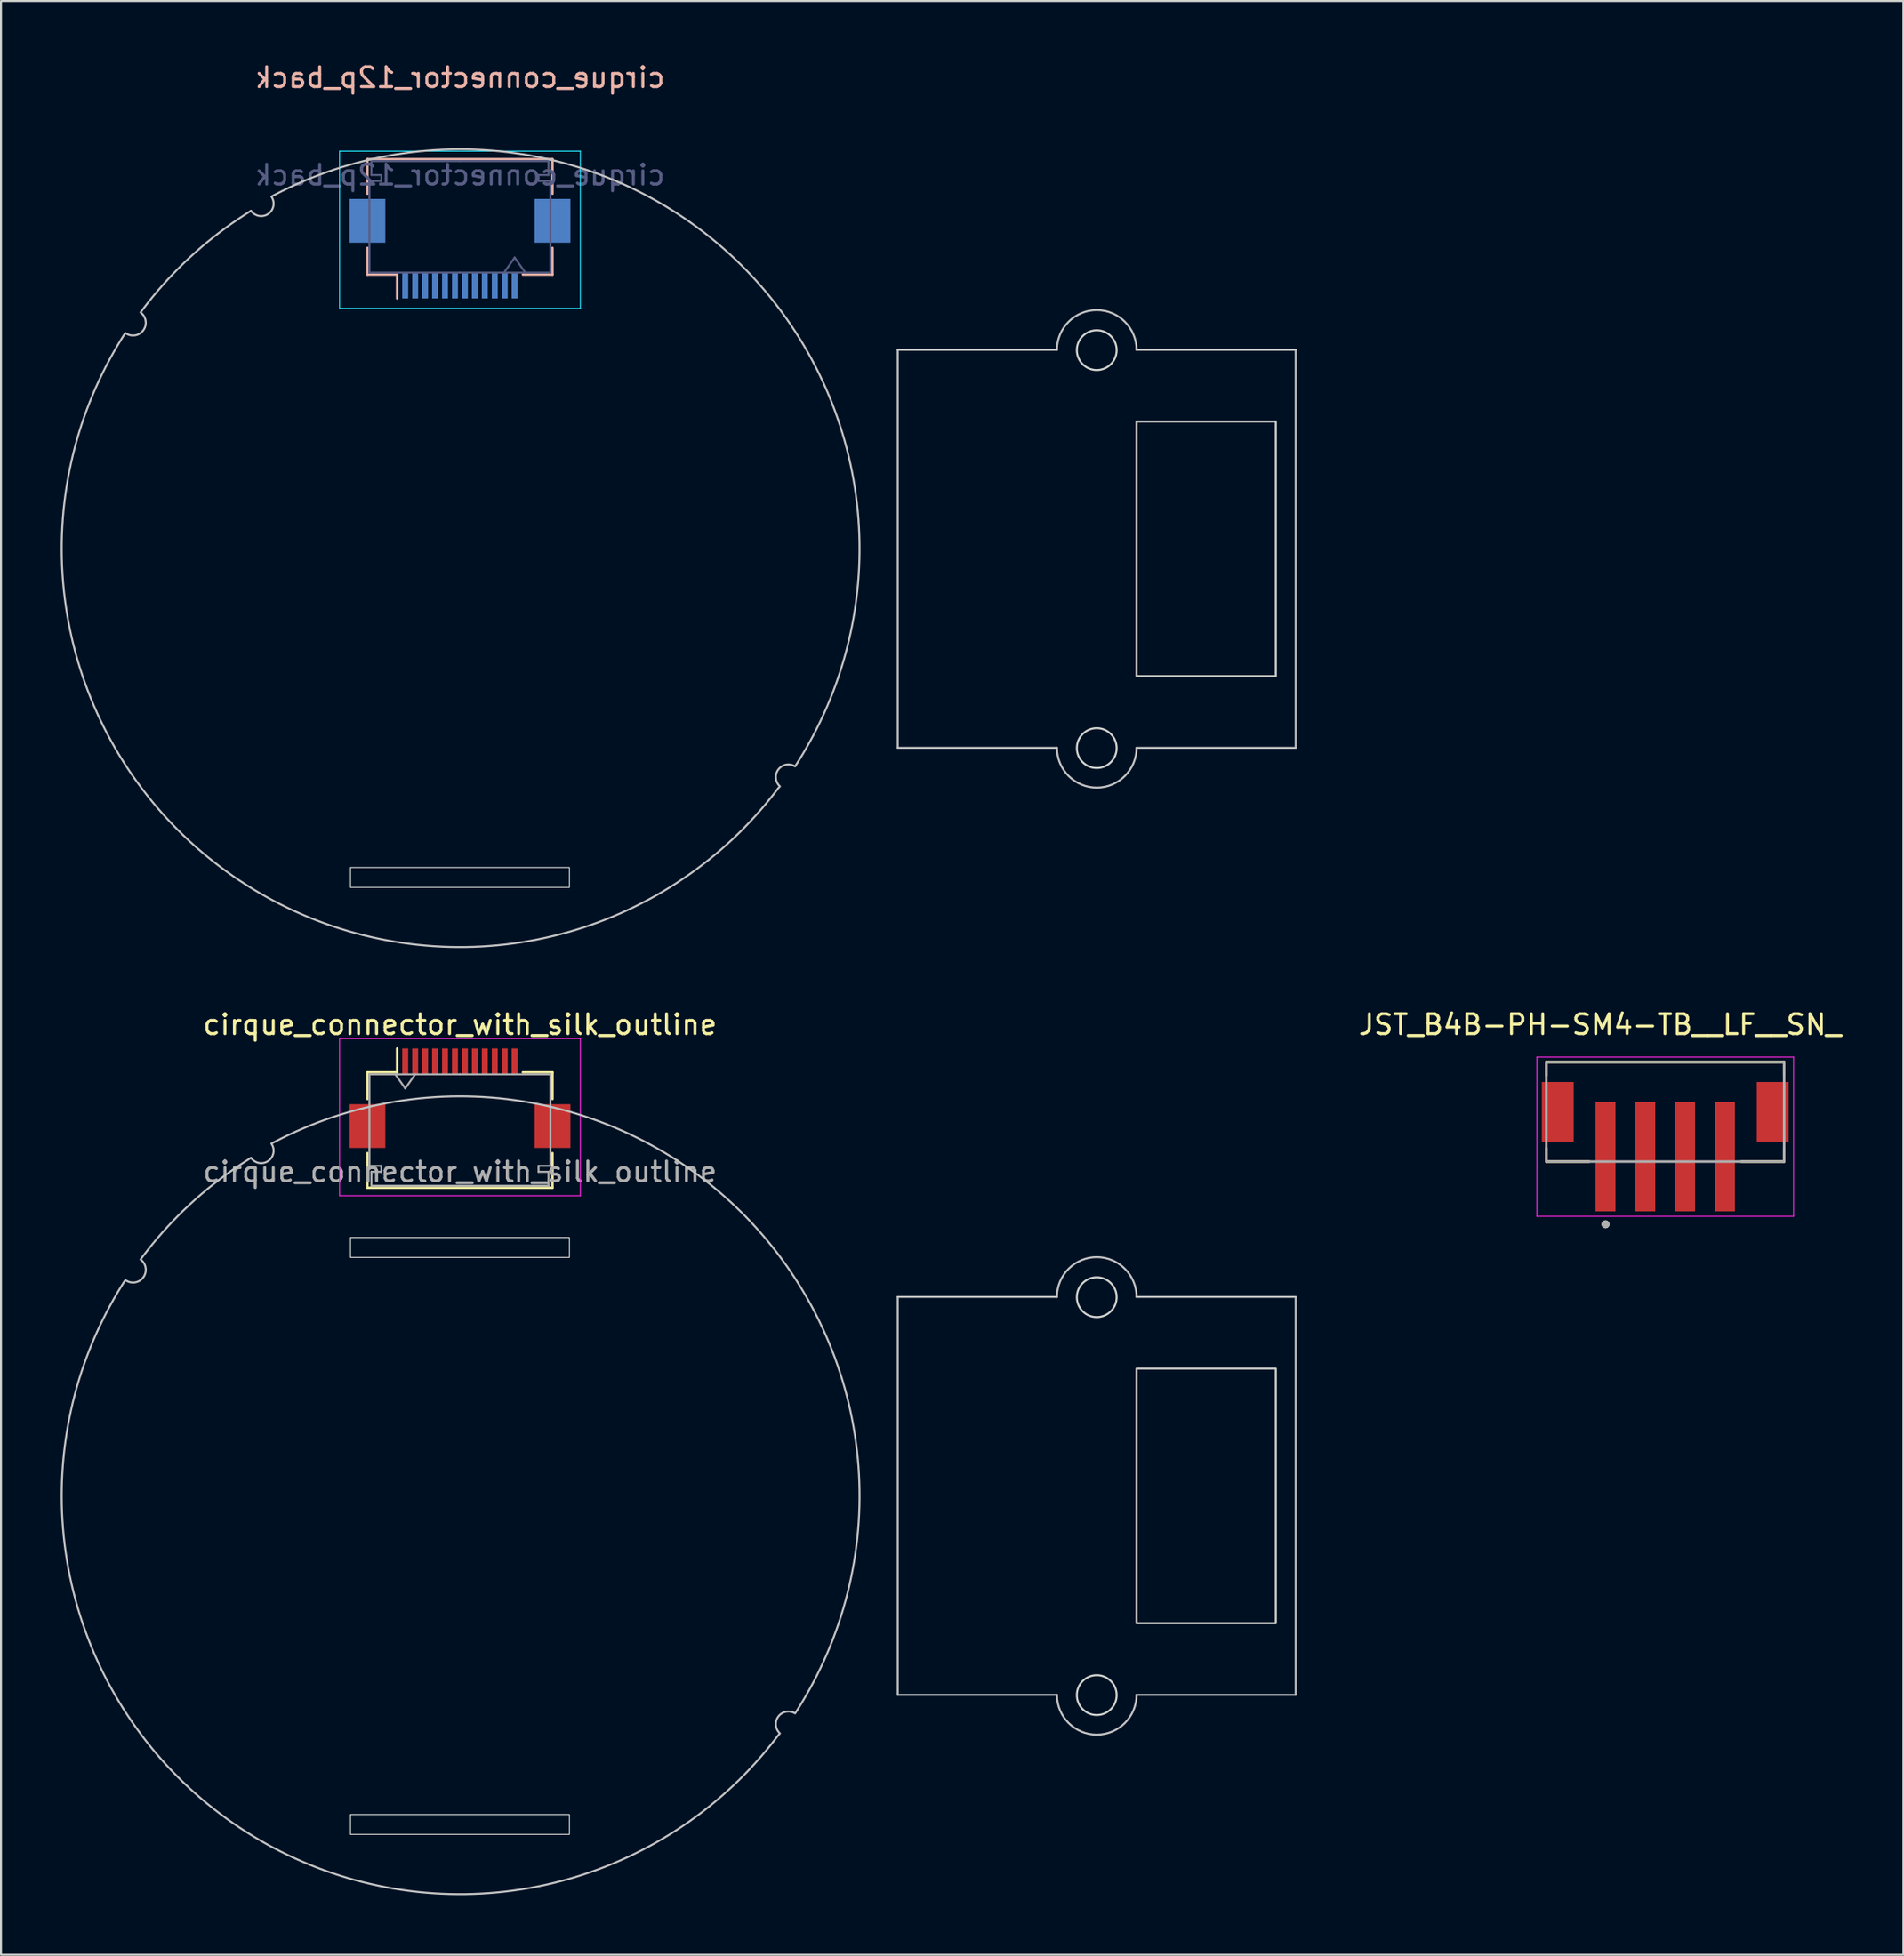
<source format=kicad_pcb>
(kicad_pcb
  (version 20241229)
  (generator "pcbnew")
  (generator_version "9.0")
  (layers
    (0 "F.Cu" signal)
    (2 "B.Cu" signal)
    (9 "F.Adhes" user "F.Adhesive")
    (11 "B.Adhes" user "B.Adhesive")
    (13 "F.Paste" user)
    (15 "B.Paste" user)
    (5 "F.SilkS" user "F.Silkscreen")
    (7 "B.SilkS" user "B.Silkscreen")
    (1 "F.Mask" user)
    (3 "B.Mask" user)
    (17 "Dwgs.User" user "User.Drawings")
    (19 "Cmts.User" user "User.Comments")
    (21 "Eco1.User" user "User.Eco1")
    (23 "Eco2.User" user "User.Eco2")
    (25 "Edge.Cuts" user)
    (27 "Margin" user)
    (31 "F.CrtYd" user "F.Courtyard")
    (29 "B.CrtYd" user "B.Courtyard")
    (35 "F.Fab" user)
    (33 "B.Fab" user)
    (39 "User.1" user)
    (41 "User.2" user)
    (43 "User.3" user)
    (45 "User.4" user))
  (footprint "cirque_connector_with_silk_outline"
    (layer "F.Cu")
    (at 20.064 52.146)
    (property "Reference" "cirque_connector_with_silk_outline" (at 0 -3.7 0) (layer "F.SilkS") (effects (font (size 1 1) (thickness 0.15))))
    (attr smd)
    (fp_line (start -4.65 -1.3) (end -4.65 0.04) (stroke (width 0.12) (type solid)) (layer "F.SilkS"))
    (fp_line (start -4.65 2.76) (end -4.65 4.5) (stroke (width 0.12) (type solid)) (layer "F.SilkS"))
    (fp_line (start -4.65 4.5) (end 4.65 4.5) (stroke (width 0.12) (type solid)) (layer "F.SilkS"))
    (fp_line (start -3.16 -1.3) (end -4.65 -1.3) (stroke (width 0.12) (type solid)) (layer "F.SilkS"))
    (fp_line (start -3.16 -1.3) (end -3.16 -2.5) (stroke (width 0.12) (type solid)) (layer "F.SilkS"))
    (fp_line (start 3.16 -1.3) (end 4.65 -1.3) (stroke (width 0.12) (type solid)) (layer "F.SilkS"))
    (fp_line (start 4.65 -1.3) (end 4.65 0.04) (stroke (width 0.12) (type solid)) (layer "F.SilkS"))
    (fp_line (start 4.65 4.5) (end 4.65 2.76) (stroke (width 0.12) (type solid)) (layer "F.SilkS"))
    (fp_line (start 22 9.986) (end 30 9.986) (stroke (width 0.1) (type default)) (layer "Dwgs.User"))
    (fp_line (start 22 29.986) (end 22 9.986) (stroke (width 0.1) (type default)) (layer "Dwgs.User"))
    (fp_line (start 30 29.986) (end 22 29.986) (stroke (width 0.1) (type default)) (layer "Dwgs.User"))
    (fp_line (start 34 9.986) (end 42 9.986) (stroke (width 0.1) (type default)) (layer "Dwgs.User"))
    (fp_line (start 34 29.986) (end 42 29.986) (stroke (width 0.1) (type default)) (layer "Dwgs.User"))
    (fp_line (start 42 29.986) (end 42 9.986) (stroke (width 0.1) (type default)) (layer "Dwgs.User"))
    (fp_arc (start 30 9.986216) (mid 32 7.986216) (end 34 9.986216) (stroke (width 0.1) (type default)) (layer "Dwgs.User"))
    (fp_arc (start 34 29.986216) (mid 32 31.986216) (end 30 29.986216) (stroke (width 0.1) (type default)) (layer "Dwgs.User"))
    (fp_poly (pts (arc (start 16.842567 30.918504) (mid 16.002186 31.072616) (end 16.08088 31.923379)) (arc (start 15.984361 32.029569) (mid -11.407683 36.43027) (end -16.878482 9.231729)) (arc (start -16.809899 9.138283) (mid -15.912743 9.000369) (end -16.051132 8.103286)) (arc (start -16.051132 8.103286) (mid -13.570603 5.334199) (end -10.619819 3.072839)) (arc (start -10.501925 2.991997) (mid -9.633439 3.152378) (end -9.476042 2.283346)) (arc (start -9.476042 2.283346) (mid 14.783757 6.398446) (end 16.842567 30.918503))) (stroke (width 0.1) (type solid)) (fill no) (layer "Dwgs.User"))
    (fp_rect (start -5.5 7) (end 5.5 8) (stroke (width 0.05) (type default)) (fill no) (layer "Edge.Cuts"))
    (fp_rect (start -5.5 36) (end 5.5 37) (stroke (width 0.05) (type default)) (fill no) (layer "Edge.Cuts"))
    (fp_rect (start 34 13.586) (end 41 26.386) (stroke (width 0.1) (type default)) (fill no) (layer "Edge.Cuts"))
    (fp_circle (center 32 10) (end 33 10) (stroke (width 0.1) (type default)) (fill no) (layer "Edge.Cuts"))
    (fp_circle (center 32 30) (end 33 30) (stroke (width 0.1) (type default)) (fill no) (layer "Edge.Cuts"))
    (fp_line (start -6.05 -3) (end -6.05 4.9) (stroke (width 0.05) (type solid)) (layer "F.CrtYd"))
    (fp_line (start -6.05 4.9) (end 6.05 4.9) (stroke (width 0.05) (type solid)) (layer "F.CrtYd"))
    (fp_line (start 6.05 -3) (end -6.05 -3) (stroke (width 0.05) (type solid)) (layer "F.CrtYd"))
    (fp_line (start 6.05 4.9) (end 6.05 -3) (stroke (width 0.05) (type solid)) (layer "F.CrtYd"))
    (fp_line (start -4.55 -1.2) (end -4.55 3.4) (stroke (width 0.1) (type solid)) (layer "F.Fab"))
    (fp_line (start -4.55 3.4) (end -3.95 3.4) (stroke (width 0.1) (type solid)) (layer "F.Fab"))
    (fp_line (start -4.45 3.7) (end -4.45 4.4) (stroke (width 0.1) (type solid)) (layer "F.Fab"))
    (fp_line (start -4.45 4.4) (end 0 4.4) (stroke (width 0.1) (type solid)) (layer "F.Fab"))
    (fp_line (start -3.95 3.4) (end -3.95 3.7) (stroke (width 0.1) (type solid)) (layer "F.Fab"))
    (fp_line (start -3.95 3.7) (end -4.45 3.7) (stroke (width 0.1) (type solid)) (layer "F.Fab"))
    (fp_line (start -3.25 -1.2) (end -2.75 -0.493) (stroke (width 0.1) (type solid)) (layer "F.Fab"))
    (fp_line (start -2.75 -0.493) (end -2.25 -1.2) (stroke (width 0.1) (type solid)) (layer "F.Fab"))
    (fp_line (start 0 -1.2) (end -4.55 -1.2) (stroke (width 0.1) (type solid)) (layer "F.Fab"))
    (fp_line (start 0 -1.2) (end 4.55 -1.2) (stroke (width 0.1) (type solid)) (layer "F.Fab"))
    (fp_line (start 3.95 3.4) (end 3.95 3.7) (stroke (width 0.1) (type solid)) (layer "F.Fab"))
    (fp_line (start 3.95 3.7) (end 4.45 3.7) (stroke (width 0.1) (type solid)) (layer "F.Fab"))
    (fp_line (start 4.45 3.7) (end 4.45 4.4) (stroke (width 0.1) (type solid)) (layer "F.Fab"))
    (fp_line (start 4.45 4.4) (end 0 4.4) (stroke (width 0.1) (type solid)) (layer "F.Fab"))
    (fp_line (start 4.55 -1.2) (end 4.55 3.4) (stroke (width 0.1) (type solid)) (layer "F.Fab"))
    (fp_line (start 4.55 3.4) (end 3.95 3.4) (stroke (width 0.1) (type solid)) (layer "F.Fab"))
    (fp_text user "${REFERENCE}" (at 0 3.7 0) (layer "F.Fab") (effects (font (size 1 1) (thickness 0.15))))
    (pad "1" smd rect (at -2.75 -1.85) (size 0.3 1.3) (layers "F.Cu" "F.Mask" "F.Paste"))
    (pad "2" smd rect (at -2.25 -1.85) (size 0.3 1.3) (layers "F.Cu" "F.Mask" "F.Paste"))
    (pad "3" smd rect (at -1.75 -1.85) (size 0.3 1.3) (layers "F.Cu" "F.Mask" "F.Paste"))
    (pad "4" smd rect (at -1.25 -1.85) (size 0.3 1.3) (layers "F.Cu" "F.Mask" "F.Paste"))
    (pad "5" smd rect (at -0.75 -1.85) (size 0.3 1.3) (layers "F.Cu" "F.Mask" "F.Paste"))
    (pad "6" smd rect (at -0.25 -1.85) (size 0.3 1.3) (layers "F.Cu" "F.Mask" "F.Paste"))
    (pad "7" smd rect (at 0.25 -1.85) (size 0.3 1.3) (layers "F.Cu" "F.Mask" "F.Paste"))
    (pad "8" smd rect (at 0.75 -1.85) (size 0.3 1.3) (layers "F.Cu" "F.Mask" "F.Paste"))
    (pad "9" smd rect (at 1.25 -1.85) (size 0.3 1.3) (layers "F.Cu" "F.Mask" "F.Paste"))
    (pad "10" smd rect (at 1.75 -1.85) (size 0.3 1.3) (layers "F.Cu" "F.Mask" "F.Paste"))
    (pad "11" smd rect (at 2.25 -1.85) (size 0.3 1.3) (layers "F.Cu" "F.Mask" "F.Paste"))
    (pad "12" smd rect (at 2.75 -1.85) (size 0.3 1.3) (layers "F.Cu" "F.Mask" "F.Paste"))
    (pad "MP" smd rect (at -4.65 1.4) (size 1.8 2.2) (layers "F.Cu" "F.Mask" "F.Paste"))
    (pad "MP" smd rect (at 4.65 1.4) (size 1.8 2.2) (layers "F.Cu" "F.Mask" "F.Paste")))
  (footprint "JST_B4B-PH-SM4-TB__LF__SN_"
    (layer "F.Cu")
    (at 80.633 52.831)
    (property "Reference" "JST_B4B-PH-SM4-TB__LF__SN_" (at -3.275 -4.385 0) (layer "F.SilkS") (effects (font (size 1 1) (thickness 0.15))))
    (attr smd)
    (fp_line (start -5.975 -2.5) (end 5.975 -2.5) (stroke (width 0.127) (type solid)) (layer "F.SilkS"))
    (fp_line (start -5.975 -1.82) (end -5.975 -2.5) (stroke (width 0.127) (type solid)) (layer "F.SilkS"))
    (fp_line (start -5.975 2.5) (end -5.975 1.82) (stroke (width 0.127) (type solid)) (layer "F.SilkS"))
    (fp_line (start -3.82 2.5) (end -5.975 2.5) (stroke (width 0.127) (type solid)) (layer "F.SilkS"))
    (fp_line (start 5.975 -2.5) (end 5.975 -1.82) (stroke (width 0.127) (type solid)) (layer "F.SilkS"))
    (fp_line (start 5.975 2.5) (end 3.82 2.5) (stroke (width 0.127) (type solid)) (layer "F.SilkS"))
    (fp_line (start 5.975 2.5) (end 5.975 1.82) (stroke (width 0.127) (type solid)) (layer "F.SilkS"))
    (fp_circle (center -3 5.65) (end -2.9 5.65) (stroke (width 0.2) (type solid)) (fill no) (layer "F.SilkS"))
    (fp_line (start -6.45 -2.75) (end -6.45 5.25) (stroke (width 0.05) (type solid)) (layer "F.CrtYd"))
    (fp_line (start -6.45 5.25) (end 6.45 5.25) (stroke (width 0.05) (type solid)) (layer "F.CrtYd"))
    (fp_line (start 6.45 -2.75) (end -6.45 -2.75) (stroke (width 0.05) (type solid)) (layer "F.CrtYd"))
    (fp_line (start 6.45 5.25) (end 6.45 -2.75) (stroke (width 0.05) (type solid)) (layer "F.CrtYd"))
    (fp_line (start -5.975 -2.5) (end 5.975 -2.5) (stroke (width 0.127) (type solid)) (layer "F.Fab"))
    (fp_line (start -5.975 2.5) (end -5.975 -2.5) (stroke (width 0.127) (type solid)) (layer "F.Fab"))
    (fp_line (start 5.975 -2.5) (end 5.975 2.5) (stroke (width 0.127) (type solid)) (layer "F.Fab"))
    (fp_line (start 5.975 2.5) (end -5.975 2.5) (stroke (width 0.127) (type solid)) (layer "F.Fab"))
    (fp_circle (center -3 5.65) (end -2.9 5.65) (stroke (width 0.2) (type solid)) (fill no) (layer "F.Fab"))
    (pad "1" smd rect (at -3 2.25) (size 1 5.5) (layers "F.Cu" "F.Mask" "F.Paste"))
    (pad "2" smd rect (at -1 2.25) (size 1 5.5) (layers "F.Cu" "F.Mask" "F.Paste"))
    (pad "3" smd rect (at 1 2.25) (size 1 5.5) (layers "F.Cu" "F.Mask" "F.Paste"))
    (pad "4" smd rect (at 3 2.25) (size 1 5.5) (layers "F.Cu" "F.Mask" "F.Paste"))
    (pad "SH1" smd rect (at -5.4 0) (size 1.6 3) (layers "F.Cu" "F.Mask" "F.Paste"))
    (pad "SH2" smd rect (at 5.4 0) (size 1.6 3) (layers "F.Cu" "F.Mask" "F.Paste")))
  (footprint "cirque_connector_12p_back"
    (layer "F.Cu")
    (at 20.064 4.548)
    (property "Reference" "cirque_connector_12p_back" (at 0 -3.7 0) (layer "B.SilkS") (effects (font (size 1 1) (thickness 0.15)) (justify mirror)))
    (attr smd)
    (fp_line (start -4.65 0.4) (end -4.65 2.14) (stroke (width 0.12) (type solid)) (layer "B.SilkS"))
    (fp_line (start -4.65 4.86) (end -4.65 6.2) (stroke (width 0.12) (type solid)) (layer "B.SilkS"))
    (fp_line (start -4.65 6.2) (end -3.16 6.2) (stroke (width 0.12) (type solid)) (layer "B.SilkS"))
    (fp_line (start -3.16 7.4) (end -3.16 6.2) (stroke (width 0.12) (type solid)) (layer "B.SilkS"))
    (fp_line (start 4.65 0.4) (end -4.65 0.4) (stroke (width 0.12) (type solid)) (layer "B.SilkS"))
    (fp_line (start 4.65 2.14) (end 4.65 0.4) (stroke (width 0.12) (type solid)) (layer "B.SilkS"))
    (fp_line (start 4.65 4.86) (end 4.65 6.2) (stroke (width 0.12) (type solid)) (layer "B.SilkS"))
    (fp_line (start 4.65 6.2) (end 3.16 6.2) (stroke (width 0.12) (type solid)) (layer "B.SilkS"))
    (fp_line (start 22 9.986) (end 30 9.986) (stroke (width 0.1) (type default)) (layer "Dwgs.User"))
    (fp_line (start 22 29.986) (end 22 9.986) (stroke (width 0.1) (type default)) (layer "Dwgs.User"))
    (fp_line (start 30 29.986) (end 22 29.986) (stroke (width 0.1) (type default)) (layer "Dwgs.User"))
    (fp_line (start 34 9.986) (end 42 9.986) (stroke (width 0.1) (type default)) (layer "Dwgs.User"))
    (fp_line (start 34 29.986) (end 42 29.986) (stroke (width 0.1) (type default)) (layer "Dwgs.User"))
    (fp_line (start 42 29.986) (end 42 9.986) (stroke (width 0.1) (type default)) (layer "Dwgs.User"))
    (fp_arc (start 30 9.986216) (mid 32 7.986216) (end 34 9.986216) (stroke (width 0.1) (type default)) (layer "Dwgs.User"))
    (fp_arc (start 34 29.986216) (mid 32 31.986216) (end 30 29.986216) (stroke (width 0.1) (type default)) (layer "Dwgs.User"))
    (fp_poly (pts (arc (start 16.842567 30.918504) (mid 16.002186 31.072616) (end 16.08088 31.923379)) (arc (start 15.984361 32.029569) (mid -11.407683 36.43027) (end -16.878482 9.231729)) (arc (start -16.809899 9.138283) (mid -15.912743 9.000369) (end -16.051132 8.103286)) (arc (start -16.051132 8.103286) (mid -13.570603 5.334199) (end -10.619819 3.072839)) (arc (start -10.501925 2.991997) (mid -9.633439 3.152378) (end -9.476042 2.283346)) (arc (start -9.476042 2.283346) (mid 14.783757 6.398446) (end 16.842567 30.918503))) (stroke (width 0.1) (type solid)) (fill no) (layer "Dwgs.User"))
    (fp_rect (start -5.5 36) (end 5.5 37) (stroke (width 0.05) (type default)) (fill no) (layer "Edge.Cuts"))
    (fp_rect (start 34 13.586) (end 41 26.386) (stroke (width 0.1) (type default)) (fill no) (layer "Edge.Cuts"))
    (fp_circle (center 32 10) (end 33 10) (stroke (width 0.1) (type default)) (fill no) (layer "Edge.Cuts"))
    (fp_circle (center 32 30) (end 33 30) (stroke (width 0.1) (type default)) (fill no) (layer "Edge.Cuts"))
    (fp_line (start -6.05 0) (end -6.05 7.9) (stroke (width 0.05) (type solid)) (layer "B.CrtYd"))
    (fp_line (start -6.05 7.9) (end 6.05 7.9) (stroke (width 0.05) (type solid)) (layer "B.CrtYd"))
    (fp_line (start 6.05 0) (end -6.05 0) (stroke (width 0.05) (type solid)) (layer "B.CrtYd"))
    (fp_line (start 6.05 7.9) (end 6.05 0) (stroke (width 0.05) (type solid)) (layer "B.CrtYd"))
    (fp_line (start -4.55 1.5) (end -4.55 6.1) (stroke (width 0.1) (type solid)) (layer "B.Fab"))
    (fp_line (start -4.55 6.1) (end 0 6.1) (stroke (width 0.1) (type solid)) (layer "B.Fab"))
    (fp_line (start -4.45 0.5) (end -4.45 1.2) (stroke (width 0.1) (type solid)) (layer "B.Fab"))
    (fp_line (start -4.45 1.2) (end -3.95 1.2) (stroke (width 0.1) (type solid)) (layer "B.Fab"))
    (fp_line (start -3.95 1.2) (end -3.95 1.5) (stroke (width 0.1) (type solid)) (layer "B.Fab"))
    (fp_line (start -3.95 1.5) (end -4.55 1.5) (stroke (width 0.1) (type solid)) (layer "B.Fab"))
    (fp_line (start 0 0.5) (end -4.45 0.5) (stroke (width 0.1) (type solid)) (layer "B.Fab"))
    (fp_line (start 0 0.5) (end 4.45 0.5) (stroke (width 0.1) (type solid)) (layer "B.Fab"))
    (fp_line (start 2.75 5.346) (end 2.25 6.054) (stroke (width 0.1) (type solid)) (layer "B.Fab"))
    (fp_line (start 3.25 6.054) (end 2.75 5.346) (stroke (width 0.1) (type solid)) (layer "B.Fab"))
    (fp_line (start 3.95 1.2) (end 3.95 1.5) (stroke (width 0.1) (type solid)) (layer "B.Fab"))
    (fp_line (start 3.95 1.5) (end 4.55 1.5) (stroke (width 0.1) (type solid)) (layer "B.Fab"))
    (fp_line (start 4.45 0.5) (end 4.45 1.2) (stroke (width 0.1) (type solid)) (layer "B.Fab"))
    (fp_line (start 4.45 1.2) (end 3.95 1.2) (stroke (width 0.1) (type solid)) (layer "B.Fab"))
    (fp_line (start 4.55 1.5) (end 4.55 6.1) (stroke (width 0.1) (type solid)) (layer "B.Fab"))
    (fp_line (start 4.55 6.1) (end 0 6.1) (stroke (width 0.1) (type solid)) (layer "B.Fab"))
    (fp_text user "${REFERENCE}" (at 0 1.2 180) (layer "B.Fab") (effects (font (size 1 1) (thickness 0.15)) (justify mirror)))
    (pad "1" smd rect (at -2.75 6.75 180) (size 0.3 1.3) (layers "B.Cu" "B.Mask" "B.Paste"))
    (pad "2" smd rect (at -2.25 6.75 180) (size 0.3 1.3) (layers "B.Cu" "B.Mask" "B.Paste"))
    (pad "3" smd rect (at -1.75 6.75 180) (size 0.3 1.3) (layers "B.Cu" "B.Mask" "B.Paste"))
    (pad "4" smd rect (at -1.25 6.75 180) (size 0.3 1.3) (layers "B.Cu" "B.Mask" "B.Paste"))
    (pad "5" smd rect (at -0.75 6.75 180) (size 0.3 1.3) (layers "B.Cu" "B.Mask" "B.Paste"))
    (pad "6" smd rect (at -0.25 6.75 180) (size 0.3 1.3) (layers "B.Cu" "B.Mask" "B.Paste"))
    (pad "7" smd rect (at 0.25 6.75 180) (size 0.3 1.3) (layers "B.Cu" "B.Mask" "B.Paste"))
    (pad "8" smd rect (at 0.75 6.75 180) (size 0.3 1.3) (layers "B.Cu" "B.Mask" "B.Paste"))
    (pad "9" smd rect (at 1.25 6.75 180) (size 0.3 1.3) (layers "B.Cu" "B.Mask" "B.Paste"))
    (pad "10" smd rect (at 1.75 6.75 180) (size 0.3 1.3) (layers "B.Cu" "B.Mask" "B.Paste"))
    (pad "11" smd rect (at 2.25 6.75 180) (size 0.3 1.3) (layers "B.Cu" "B.Mask" "B.Paste"))
    (pad "12" smd rect (at 2.75 6.75 180) (size 0.3 1.3) (layers "B.Cu" "B.Mask" "B.Paste"))
    (pad "MP" smd rect (at -4.65 3.5 180) (size 1.8 2.2) (layers "B.Cu" "B.Mask" "B.Paste"))
    (pad "MP" smd rect (at 4.65 3.5 180) (size 1.8 2.2) (layers "B.Cu" "B.Mask" "B.Paste")))
  (gr_rect
    (start -3 -3)
    (end 92.602 95.196)
    (stroke (width 0.1) (type default))
    (fill no)
    (layer "Edge.Cuts")))
</source>
